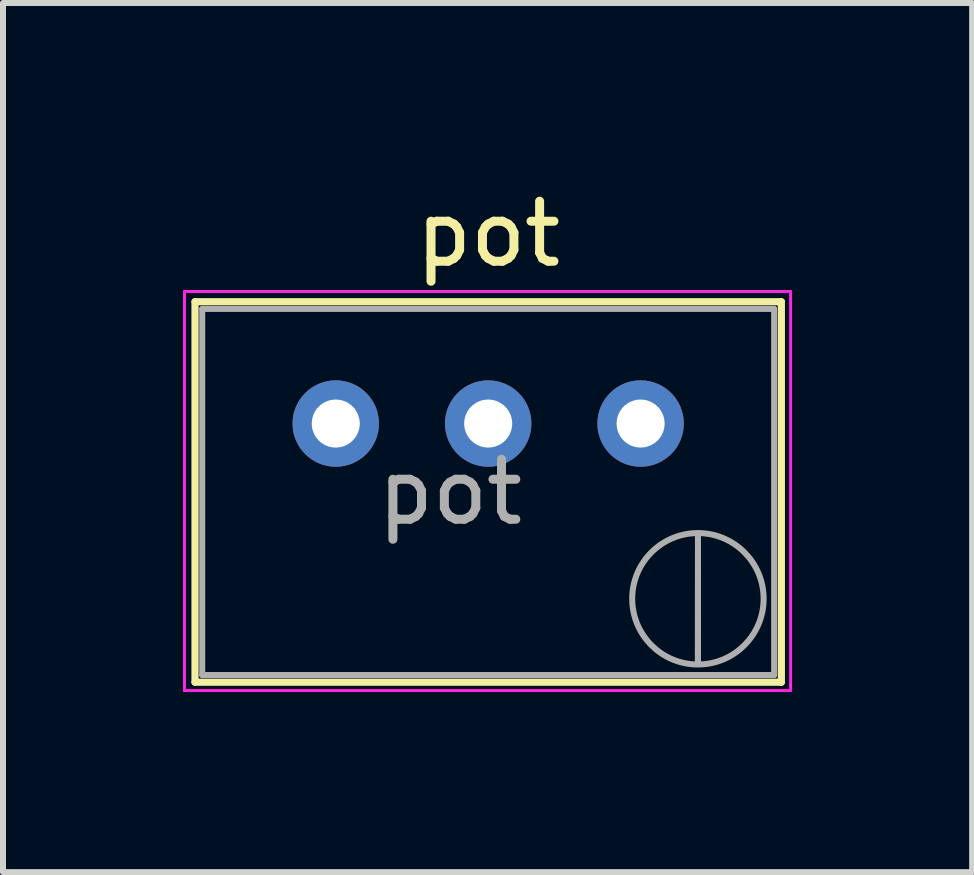
<source format=kicad_pcb>
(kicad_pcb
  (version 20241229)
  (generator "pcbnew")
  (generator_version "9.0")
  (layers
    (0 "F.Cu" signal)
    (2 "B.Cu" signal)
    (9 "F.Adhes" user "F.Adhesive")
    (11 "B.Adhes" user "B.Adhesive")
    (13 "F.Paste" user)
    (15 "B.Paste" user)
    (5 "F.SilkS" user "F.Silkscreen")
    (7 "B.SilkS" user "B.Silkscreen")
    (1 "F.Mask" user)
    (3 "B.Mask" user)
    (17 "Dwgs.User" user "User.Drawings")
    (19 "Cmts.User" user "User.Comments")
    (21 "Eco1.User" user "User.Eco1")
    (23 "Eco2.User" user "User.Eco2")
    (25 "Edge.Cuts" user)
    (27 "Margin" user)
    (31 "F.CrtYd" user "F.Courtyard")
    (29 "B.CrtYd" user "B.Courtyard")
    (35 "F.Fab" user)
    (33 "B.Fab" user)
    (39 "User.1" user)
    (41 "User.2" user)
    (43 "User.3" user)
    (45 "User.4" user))
  (footprint "pot"
    (layer "F.Cu")
    (at 7.625 4.008)
    (property "Reference" "pot" (at -2.54 -3.16 0) (layer "F.SilkS") (effects (font (size 1 1) (thickness 0.15))))
    (attr through_hole)
    (fp_line (start -7.425 -2.03) (end -7.425 4.31) (stroke (width 0.12) (type solid)) (layer "F.SilkS"))
    (fp_line (start -7.425 -2.03) (end 2.345 -2.03) (stroke (width 0.12) (type solid)) (layer "F.SilkS"))
    (fp_line (start -7.425 4.31) (end 2.345 4.31) (stroke (width 0.12) (type solid)) (layer "F.SilkS"))
    (fp_line (start 2.345 -2.03) (end 2.345 4.31) (stroke (width 0.12) (type solid)) (layer "F.SilkS"))
    (fp_line (start -7.6 -2.2) (end -7.6 4.45) (stroke (width 0.05) (type solid)) (layer "F.CrtYd"))
    (fp_line (start -7.6 4.45) (end 2.5 4.45) (stroke (width 0.05) (type solid)) (layer "F.CrtYd"))
    (fp_line (start 2.5 -2.2) (end -7.6 -2.2) (stroke (width 0.05) (type solid)) (layer "F.CrtYd"))
    (fp_line (start 2.5 4.45) (end 2.5 -2.2) (stroke (width 0.05) (type solid)) (layer "F.CrtYd"))
    (fp_line (start -7.305 -1.91) (end -7.305 4.19) (stroke (width 0.1) (type solid)) (layer "F.Fab"))
    (fp_line (start -7.305 4.19) (end 2.225 4.19) (stroke (width 0.1) (type solid)) (layer "F.Fab"))
    (fp_line (start 0.955 4.005) (end 0.956 1.836) (stroke (width 0.1) (type solid)) (layer "F.Fab"))
    (fp_line (start 0.955 4.005) (end 0.956 1.836) (stroke (width 0.1) (type solid)) (layer "F.Fab"))
    (fp_line (start 2.225 -1.91) (end -7.305 -1.91) (stroke (width 0.1) (type solid)) (layer "F.Fab"))
    (fp_line (start 2.225 4.19) (end 2.225 -1.91) (stroke (width 0.1) (type solid)) (layer "F.Fab"))
    (fp_circle (center 0.955 2.92) (end 2.05 2.92) (stroke (width 0.1) (type solid)) (fill no) (layer "F.Fab"))
    (fp_text user "${REFERENCE}" (at -3.175 1.14 0) (layer "F.Fab") (effects (font (size 1 1) (thickness 0.15))))
    (pad "1" thru_hole circle (at 0 0) (size 1.44 1.44) (drill 0.8) (layers "*.Cu" "*.Mask"))
    (pad "2" thru_hole circle (at -2.54 0) (size 1.44 1.44) (drill 0.8) (layers "*.Cu" "*.Mask"))
    (pad "3" thru_hole circle (at -5.08 0) (size 1.44 1.44) (drill 0.8) (layers "*.Cu" "*.Mask")))
  (gr_rect
    (start -3 -3)
    (end 13.15 11.483)
    (stroke (width 0.1) (type default))
    (fill no)
    (layer "Edge.Cuts")))
</source>
